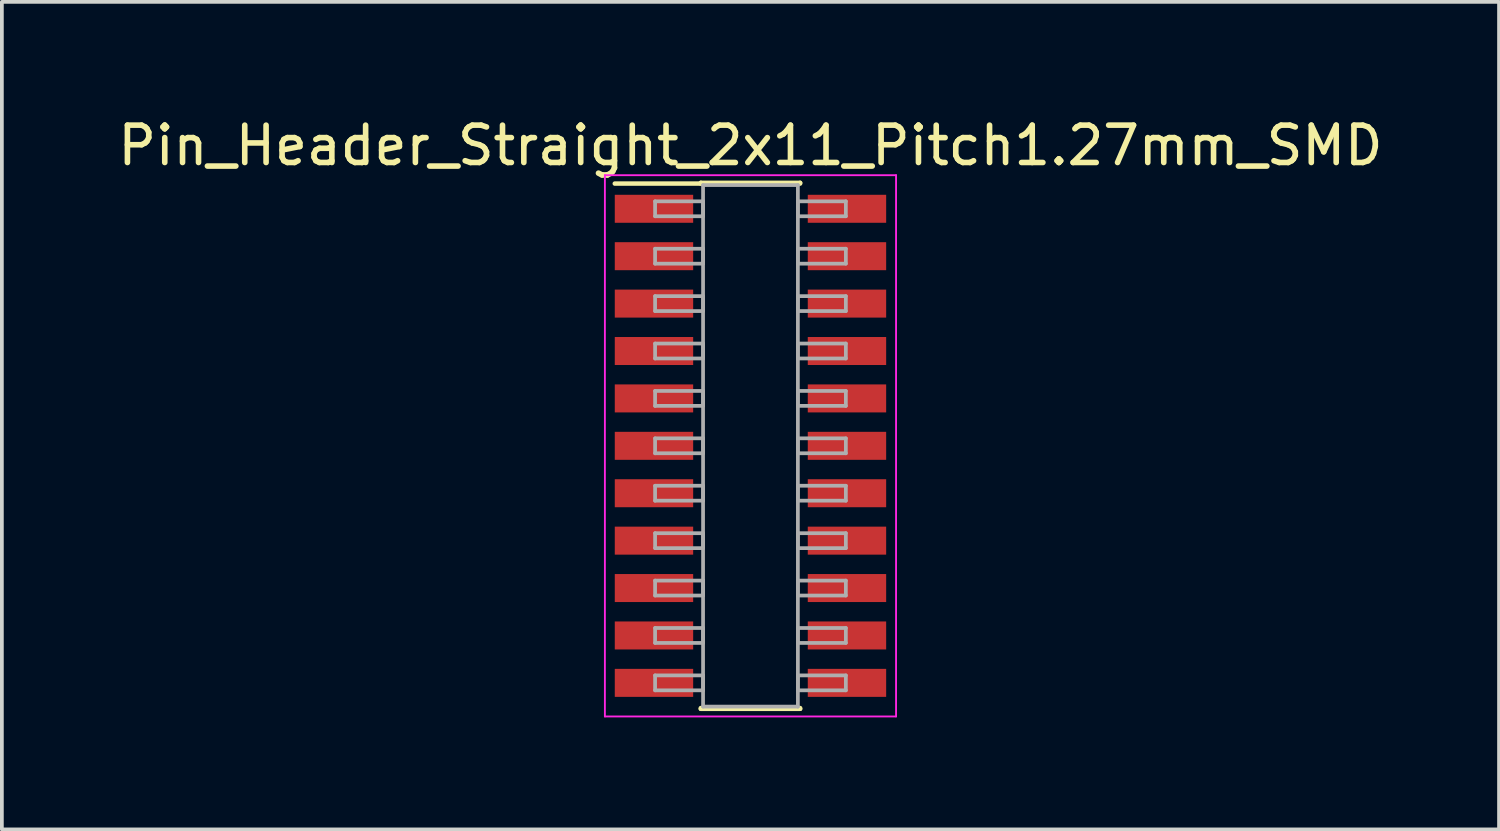
<source format=kicad_pcb>
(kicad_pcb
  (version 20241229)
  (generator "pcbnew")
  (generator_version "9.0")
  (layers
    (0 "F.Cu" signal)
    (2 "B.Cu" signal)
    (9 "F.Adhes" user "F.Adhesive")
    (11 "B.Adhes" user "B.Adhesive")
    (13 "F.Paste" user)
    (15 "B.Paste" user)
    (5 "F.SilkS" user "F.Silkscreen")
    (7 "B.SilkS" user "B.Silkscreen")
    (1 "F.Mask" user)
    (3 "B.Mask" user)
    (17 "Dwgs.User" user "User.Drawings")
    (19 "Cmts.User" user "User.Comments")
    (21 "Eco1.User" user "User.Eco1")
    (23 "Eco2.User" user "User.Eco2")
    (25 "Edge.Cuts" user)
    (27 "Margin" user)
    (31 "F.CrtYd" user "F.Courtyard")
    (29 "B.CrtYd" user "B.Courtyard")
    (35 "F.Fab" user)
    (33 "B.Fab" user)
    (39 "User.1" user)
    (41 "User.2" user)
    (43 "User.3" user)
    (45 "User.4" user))
  (footprint "Pin_Header_Straight_2x11_Pitch1.27mm_SMD"
    (layer "F.Cu")
    (at 17.054 8.893)
    (property "Reference" "Pin_Header_Straight_2x11_Pitch1.27mm_SMD" (at 0 -8.045 0) (layer "F.SilkS") (effects (font (size 1 1) (thickness 0.15))))
    (attr smd)
    (fp_line (start -3.635 -7.025) (end -1.33 -7.025) (stroke (width 0.12) (type solid)) (layer "F.SilkS"))
    (fp_line (start -1.33 -7.045) (end 1.33 -7.045) (stroke (width 0.12) (type solid)) (layer "F.SilkS"))
    (fp_line (start -1.33 -7.025) (end -1.33 -7.045) (stroke (width 0.12) (type solid)) (layer "F.SilkS"))
    (fp_line (start -1.33 7.025) (end -1.33 7.045) (stroke (width 0.12) (type solid)) (layer "F.SilkS"))
    (fp_line (start -1.33 7.045) (end 1.33 7.045) (stroke (width 0.12) (type solid)) (layer "F.SilkS"))
    (fp_line (start 1.33 -7.045) (end 1.33 -7.025) (stroke (width 0.12) (type solid)) (layer "F.SilkS"))
    (fp_line (start 1.33 7.045) (end 1.33 7.025) (stroke (width 0.12) (type solid)) (layer "F.SilkS"))
    (fp_line (start -3.9 -7.25) (end -3.9 7.25) (stroke (width 0.05) (type solid)) (layer "F.CrtYd"))
    (fp_line (start -3.9 7.25) (end 3.9 7.25) (stroke (width 0.05) (type solid)) (layer "F.CrtYd"))
    (fp_line (start 3.9 -7.25) (end -3.9 -7.25) (stroke (width 0.05) (type solid)) (layer "F.CrtYd"))
    (fp_line (start 3.9 7.25) (end 3.9 -7.25) (stroke (width 0.05) (type solid)) (layer "F.CrtYd"))
    (fp_line (start -2.555 -6.55) (end -1.27 -6.55) (stroke (width 0.1) (type solid)) (layer "F.Fab"))
    (fp_line (start -2.555 -6.15) (end -2.555 -6.55) (stroke (width 0.1) (type solid)) (layer "F.Fab"))
    (fp_line (start -2.555 -5.28) (end -1.27 -5.28) (stroke (width 0.1) (type solid)) (layer "F.Fab"))
    (fp_line (start -2.555 -4.88) (end -2.555 -5.28) (stroke (width 0.1) (type solid)) (layer "F.Fab"))
    (fp_line (start -2.555 -4.01) (end -1.27 -4.01) (stroke (width 0.1) (type solid)) (layer "F.Fab"))
    (fp_line (start -2.555 -3.61) (end -2.555 -4.01) (stroke (width 0.1) (type solid)) (layer "F.Fab"))
    (fp_line (start -2.555 -2.74) (end -1.27 -2.74) (stroke (width 0.1) (type solid)) (layer "F.Fab"))
    (fp_line (start -2.555 -2.34) (end -2.555 -2.74) (stroke (width 0.1) (type solid)) (layer "F.Fab"))
    (fp_line (start -2.555 -1.47) (end -1.27 -1.47) (stroke (width 0.1) (type solid)) (layer "F.Fab"))
    (fp_line (start -2.555 -1.07) (end -2.555 -1.47) (stroke (width 0.1) (type solid)) (layer "F.Fab"))
    (fp_line (start -2.555 -0.2) (end -1.27 -0.2) (stroke (width 0.1) (type solid)) (layer "F.Fab"))
    (fp_line (start -2.555 0.2) (end -2.555 -0.2) (stroke (width 0.1) (type solid)) (layer "F.Fab"))
    (fp_line (start -2.555 1.07) (end -1.27 1.07) (stroke (width 0.1) (type solid)) (layer "F.Fab"))
    (fp_line (start -2.555 1.47) (end -2.555 1.07) (stroke (width 0.1) (type solid)) (layer "F.Fab"))
    (fp_line (start -2.555 2.34) (end -1.27 2.34) (stroke (width 0.1) (type solid)) (layer "F.Fab"))
    (fp_line (start -2.555 2.74) (end -2.555 2.34) (stroke (width 0.1) (type solid)) (layer "F.Fab"))
    (fp_line (start -2.555 3.61) (end -1.27 3.61) (stroke (width 0.1) (type solid)) (layer "F.Fab"))
    (fp_line (start -2.555 4.01) (end -2.555 3.61) (stroke (width 0.1) (type solid)) (layer "F.Fab"))
    (fp_line (start -2.555 4.88) (end -1.27 4.88) (stroke (width 0.1) (type solid)) (layer "F.Fab"))
    (fp_line (start -2.555 5.28) (end -2.555 4.88) (stroke (width 0.1) (type solid)) (layer "F.Fab"))
    (fp_line (start -2.555 6.15) (end -1.27 6.15) (stroke (width 0.1) (type solid)) (layer "F.Fab"))
    (fp_line (start -2.555 6.55) (end -2.555 6.15) (stroke (width 0.1) (type solid)) (layer "F.Fab"))
    (fp_line (start -1.27 -6.985) (end -1.27 6.985) (stroke (width 0.1) (type solid)) (layer "F.Fab"))
    (fp_line (start -1.27 -6.55) (end -1.27 -6.15) (stroke (width 0.1) (type solid)) (layer "F.Fab"))
    (fp_line (start -1.27 -6.15) (end -2.555 -6.15) (stroke (width 0.1) (type solid)) (layer "F.Fab"))
    (fp_line (start -1.27 -5.28) (end -1.27 -4.88) (stroke (width 0.1) (type solid)) (layer "F.Fab"))
    (fp_line (start -1.27 -4.88) (end -2.555 -4.88) (stroke (width 0.1) (type solid)) (layer "F.Fab"))
    (fp_line (start -1.27 -4.01) (end -1.27 -3.61) (stroke (width 0.1) (type solid)) (layer "F.Fab"))
    (fp_line (start -1.27 -3.61) (end -2.555 -3.61) (stroke (width 0.1) (type solid)) (layer "F.Fab"))
    (fp_line (start -1.27 -2.74) (end -1.27 -2.34) (stroke (width 0.1) (type solid)) (layer "F.Fab"))
    (fp_line (start -1.27 -2.34) (end -2.555 -2.34) (stroke (width 0.1) (type solid)) (layer "F.Fab"))
    (fp_line (start -1.27 -1.47) (end -1.27 -1.07) (stroke (width 0.1) (type solid)) (layer "F.Fab"))
    (fp_line (start -1.27 -1.07) (end -2.555 -1.07) (stroke (width 0.1) (type solid)) (layer "F.Fab"))
    (fp_line (start -1.27 -0.2) (end -1.27 0.2) (stroke (width 0.1) (type solid)) (layer "F.Fab"))
    (fp_line (start -1.27 0.2) (end -2.555 0.2) (stroke (width 0.1) (type solid)) (layer "F.Fab"))
    (fp_line (start -1.27 1.07) (end -1.27 1.47) (stroke (width 0.1) (type solid)) (layer "F.Fab"))
    (fp_line (start -1.27 1.47) (end -2.555 1.47) (stroke (width 0.1) (type solid)) (layer "F.Fab"))
    (fp_line (start -1.27 2.34) (end -1.27 2.74) (stroke (width 0.1) (type solid)) (layer "F.Fab"))
    (fp_line (start -1.27 2.74) (end -2.555 2.74) (stroke (width 0.1) (type solid)) (layer "F.Fab"))
    (fp_line (start -1.27 3.61) (end -1.27 4.01) (stroke (width 0.1) (type solid)) (layer "F.Fab"))
    (fp_line (start -1.27 4.01) (end -2.555 4.01) (stroke (width 0.1) (type solid)) (layer "F.Fab"))
    (fp_line (start -1.27 4.88) (end -1.27 5.28) (stroke (width 0.1) (type solid)) (layer "F.Fab"))
    (fp_line (start -1.27 5.28) (end -2.555 5.28) (stroke (width 0.1) (type solid)) (layer "F.Fab"))
    (fp_line (start -1.27 6.15) (end -1.27 6.55) (stroke (width 0.1) (type solid)) (layer "F.Fab"))
    (fp_line (start -1.27 6.55) (end -2.555 6.55) (stroke (width 0.1) (type solid)) (layer "F.Fab"))
    (fp_line (start -1.27 6.985) (end 1.27 6.985) (stroke (width 0.1) (type solid)) (layer "F.Fab"))
    (fp_line (start 1.27 -6.985) (end -1.27 -6.985) (stroke (width 0.1) (type solid)) (layer "F.Fab"))
    (fp_line (start 1.27 -6.55) (end 1.27 -6.15) (stroke (width 0.1) (type solid)) (layer "F.Fab"))
    (fp_line (start 1.27 -6.15) (end 2.555 -6.15) (stroke (width 0.1) (type solid)) (layer "F.Fab"))
    (fp_line (start 1.27 -5.28) (end 1.27 -4.88) (stroke (width 0.1) (type solid)) (layer "F.Fab"))
    (fp_line (start 1.27 -4.88) (end 2.555 -4.88) (stroke (width 0.1) (type solid)) (layer "F.Fab"))
    (fp_line (start 1.27 -4.01) (end 1.27 -3.61) (stroke (width 0.1) (type solid)) (layer "F.Fab"))
    (fp_line (start 1.27 -3.61) (end 2.555 -3.61) (stroke (width 0.1) (type solid)) (layer "F.Fab"))
    (fp_line (start 1.27 -2.74) (end 1.27 -2.34) (stroke (width 0.1) (type solid)) (layer "F.Fab"))
    (fp_line (start 1.27 -2.34) (end 2.555 -2.34) (stroke (width 0.1) (type solid)) (layer "F.Fab"))
    (fp_line (start 1.27 -1.47) (end 1.27 -1.07) (stroke (width 0.1) (type solid)) (layer "F.Fab"))
    (fp_line (start 1.27 -1.07) (end 2.555 -1.07) (stroke (width 0.1) (type solid)) (layer "F.Fab"))
    (fp_line (start 1.27 -0.2) (end 1.27 0.2) (stroke (width 0.1) (type solid)) (layer "F.Fab"))
    (fp_line (start 1.27 0.2) (end 2.555 0.2) (stroke (width 0.1) (type solid)) (layer "F.Fab"))
    (fp_line (start 1.27 1.07) (end 1.27 1.47) (stroke (width 0.1) (type solid)) (layer "F.Fab"))
    (fp_line (start 1.27 1.47) (end 2.555 1.47) (stroke (width 0.1) (type solid)) (layer "F.Fab"))
    (fp_line (start 1.27 2.34) (end 1.27 2.74) (stroke (width 0.1) (type solid)) (layer "F.Fab"))
    (fp_line (start 1.27 2.74) (end 2.555 2.74) (stroke (width 0.1) (type solid)) (layer "F.Fab"))
    (fp_line (start 1.27 3.61) (end 1.27 4.01) (stroke (width 0.1) (type solid)) (layer "F.Fab"))
    (fp_line (start 1.27 4.01) (end 2.555 4.01) (stroke (width 0.1) (type solid)) (layer "F.Fab"))
    (fp_line (start 1.27 4.88) (end 1.27 5.28) (stroke (width 0.1) (type solid)) (layer "F.Fab"))
    (fp_line (start 1.27 5.28) (end 2.555 5.28) (stroke (width 0.1) (type solid)) (layer "F.Fab"))
    (fp_line (start 1.27 6.15) (end 1.27 6.55) (stroke (width 0.1) (type solid)) (layer "F.Fab"))
    (fp_line (start 1.27 6.55) (end 2.555 6.55) (stroke (width 0.1) (type solid)) (layer "F.Fab"))
    (fp_line (start 1.27 6.985) (end 1.27 -6.985) (stroke (width 0.1) (type solid)) (layer "F.Fab"))
    (fp_line (start 2.555 -6.55) (end 1.27 -6.55) (stroke (width 0.1) (type solid)) (layer "F.Fab"))
    (fp_line (start 2.555 -6.15) (end 2.555 -6.55) (stroke (width 0.1) (type solid)) (layer "F.Fab"))
    (fp_line (start 2.555 -5.28) (end 1.27 -5.28) (stroke (width 0.1) (type solid)) (layer "F.Fab"))
    (fp_line (start 2.555 -4.88) (end 2.555 -5.28) (stroke (width 0.1) (type solid)) (layer "F.Fab"))
    (fp_line (start 2.555 -4.01) (end 1.27 -4.01) (stroke (width 0.1) (type solid)) (layer "F.Fab"))
    (fp_line (start 2.555 -3.61) (end 2.555 -4.01) (stroke (width 0.1) (type solid)) (layer "F.Fab"))
    (fp_line (start 2.555 -2.74) (end 1.27 -2.74) (stroke (width 0.1) (type solid)) (layer "F.Fab"))
    (fp_line (start 2.555 -2.34) (end 2.555 -2.74) (stroke (width 0.1) (type solid)) (layer "F.Fab"))
    (fp_line (start 2.555 -1.47) (end 1.27 -1.47) (stroke (width 0.1) (type solid)) (layer "F.Fab"))
    (fp_line (start 2.555 -1.07) (end 2.555 -1.47) (stroke (width 0.1) (type solid)) (layer "F.Fab"))
    (fp_line (start 2.555 -0.2) (end 1.27 -0.2) (stroke (width 0.1) (type solid)) (layer "F.Fab"))
    (fp_line (start 2.555 0.2) (end 2.555 -0.2) (stroke (width 0.1) (type solid)) (layer "F.Fab"))
    (fp_line (start 2.555 1.07) (end 1.27 1.07) (stroke (width 0.1) (type solid)) (layer "F.Fab"))
    (fp_line (start 2.555 1.47) (end 2.555 1.07) (stroke (width 0.1) (type solid)) (layer "F.Fab"))
    (fp_line (start 2.555 2.34) (end 1.27 2.34) (stroke (width 0.1) (type solid)) (layer "F.Fab"))
    (fp_line (start 2.555 2.74) (end 2.555 2.34) (stroke (width 0.1) (type solid)) (layer "F.Fab"))
    (fp_line (start 2.555 3.61) (end 1.27 3.61) (stroke (width 0.1) (type solid)) (layer "F.Fab"))
    (fp_line (start 2.555 4.01) (end 2.555 3.61) (stroke (width 0.1) (type solid)) (layer "F.Fab"))
    (fp_line (start 2.555 4.88) (end 1.27 4.88) (stroke (width 0.1) (type solid)) (layer "F.Fab"))
    (fp_line (start 2.555 5.28) (end 2.555 4.88) (stroke (width 0.1) (type solid)) (layer "F.Fab"))
    (fp_line (start 2.555 6.15) (end 1.27 6.15) (stroke (width 0.1) (type solid)) (layer "F.Fab"))
    (fp_line (start 2.555 6.55) (end 2.555 6.15) (stroke (width 0.1) (type solid)) (layer "F.Fab"))
    (pad "1" smd rect (at -2.585 -6.35) (size 2.1 0.75) (layers "F.Cu" "F.Mask"))
    (pad "2" smd rect (at 2.585 -6.35) (size 2.1 0.75) (layers "F.Cu" "F.Mask"))
    (pad "3" smd rect (at -2.585 -5.08) (size 2.1 0.75) (layers "F.Cu" "F.Mask"))
    (pad "4" smd rect (at 2.585 -5.08) (size 2.1 0.75) (layers "F.Cu" "F.Mask"))
    (pad "5" smd rect (at -2.585 -3.81) (size 2.1 0.75) (layers "F.Cu" "F.Mask"))
    (pad "6" smd rect (at 2.585 -3.81) (size 2.1 0.75) (layers "F.Cu" "F.Mask"))
    (pad "7" smd rect (at -2.585 -2.54) (size 2.1 0.75) (layers "F.Cu" "F.Mask"))
    (pad "8" smd rect (at 2.585 -2.54) (size 2.1 0.75) (layers "F.Cu" "F.Mask"))
    (pad "9" smd rect (at -2.585 -1.27) (size 2.1 0.75) (layers "F.Cu" "F.Mask"))
    (pad "10" smd rect (at 2.585 -1.27) (size 2.1 0.75) (layers "F.Cu" "F.Mask"))
    (pad "11" smd rect (at -2.585 0) (size 2.1 0.75) (layers "F.Cu" "F.Mask"))
    (pad "12" smd rect (at 2.585 0) (size 2.1 0.75) (layers "F.Cu" "F.Mask"))
    (pad "13" smd rect (at -2.585 1.27) (size 2.1 0.75) (layers "F.Cu" "F.Mask"))
    (pad "14" smd rect (at 2.585 1.27) (size 2.1 0.75) (layers "F.Cu" "F.Mask"))
    (pad "15" smd rect (at -2.585 2.54) (size 2.1 0.75) (layers "F.Cu" "F.Mask"))
    (pad "16" smd rect (at 2.585 2.54) (size 2.1 0.75) (layers "F.Cu" "F.Mask"))
    (pad "17" smd rect (at -2.585 3.81) (size 2.1 0.75) (layers "F.Cu" "F.Mask"))
    (pad "18" smd rect (at 2.585 3.81) (size 2.1 0.75) (layers "F.Cu" "F.Mask"))
    (pad "19" smd rect (at -2.585 5.08) (size 2.1 0.75) (layers "F.Cu" "F.Mask"))
    (pad "20" smd rect (at 2.585 5.08) (size 2.1 0.75) (layers "F.Cu" "F.Mask"))
    (pad "21" smd rect (at -2.585 6.35) (size 2.1 0.75) (layers "F.Cu" "F.Mask"))
    (pad "22" smd rect (at 2.585 6.35) (size 2.1 0.75) (layers "F.Cu" "F.Mask")))
  (gr_rect
    (start -3 -3)
    (end 37.107 19.168)
    (stroke (width 0.1) (type default))
    (fill no)
    (layer "Edge.Cuts")))
</source>
